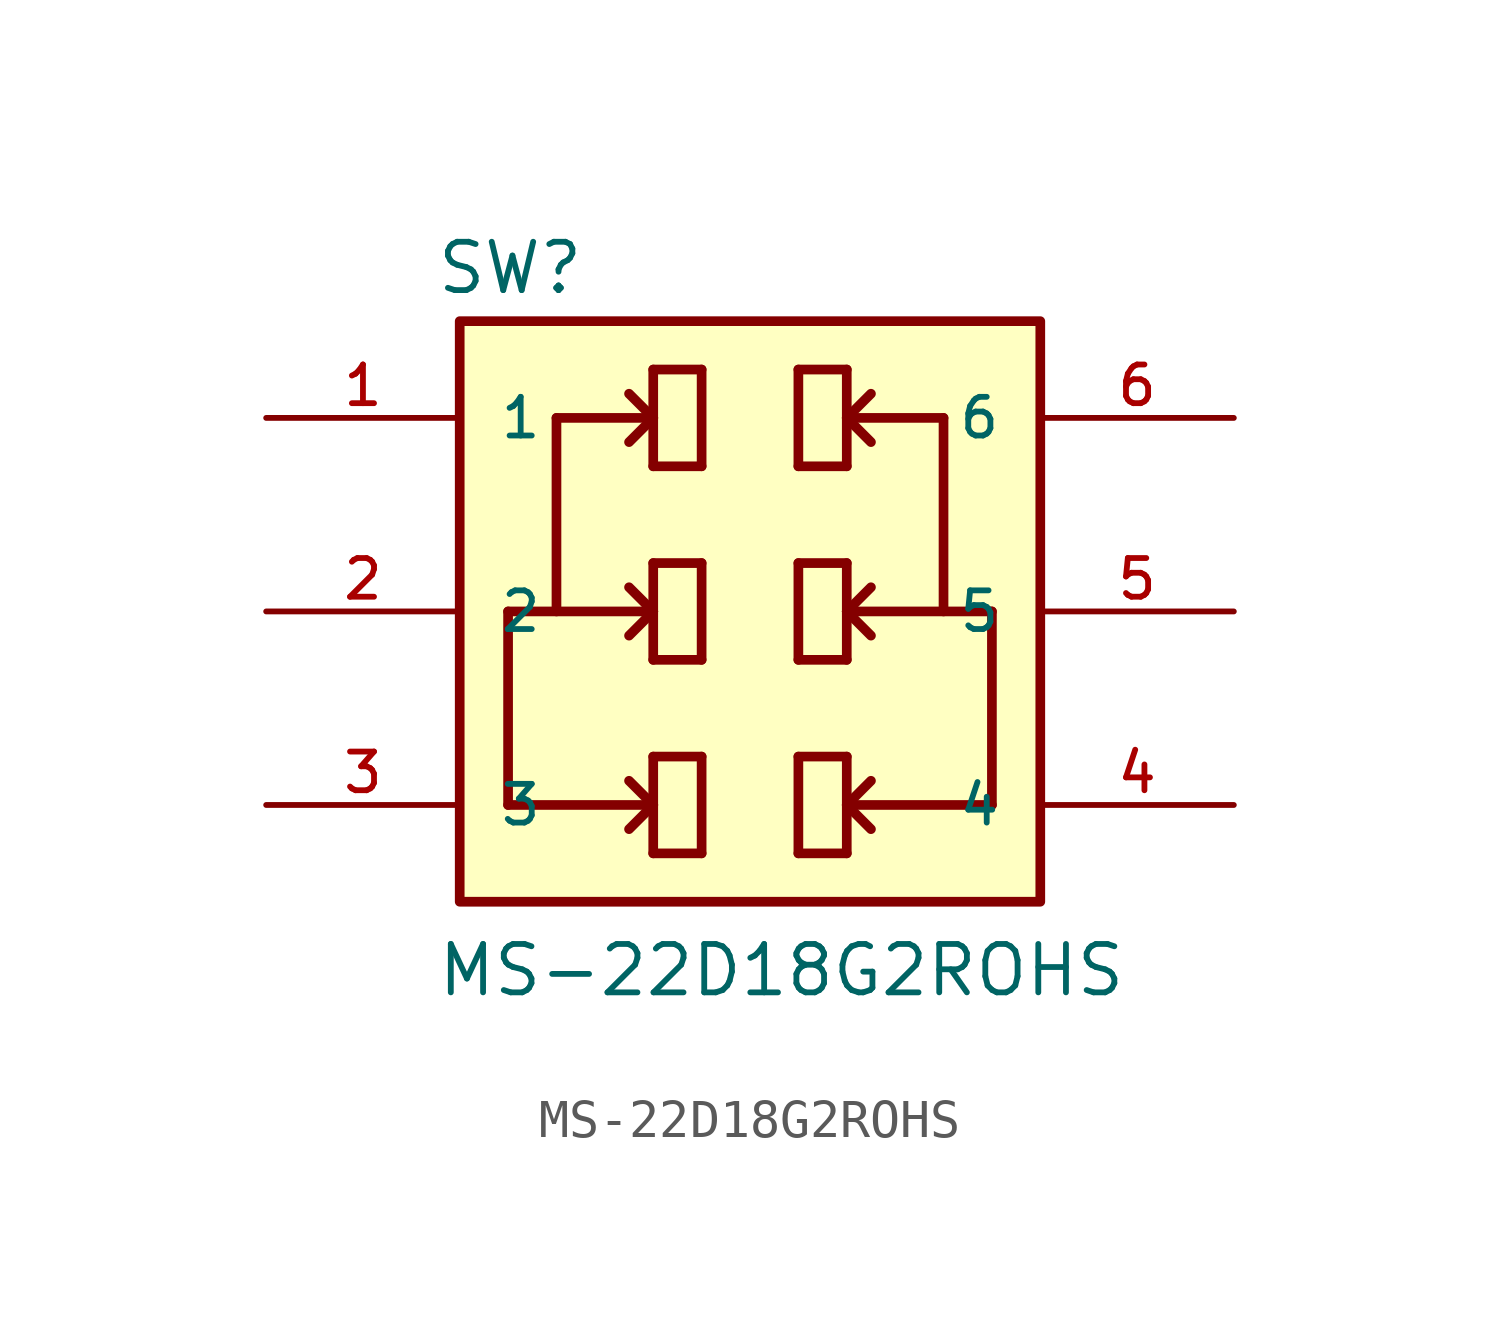
<source format=kicad_sym>
(kicad_symbol_lib
  (version 20220914)
  (generator kicad_symbol_editor)
  (symbol "MS-22D18G2ROHS"
    (pin_names
      (offset 1.016))
    (property "Reference" "SW"
      (at -8.271 8.271 0)
      (effects (font (size 1.27 1.27)) (justify left bottom)))
    (property "Value" "MS-22D18G2ROHS"
      (at -8.256 -10.162 0)
      (effects (font (size 1.27 1.27)) (justify left bottom)))
    (symbol "MS-22D18G2ROHS_0_0"
      (rectangle (start -7.62 -7.62) (end 7.62 7.62) (stroke (width 0.254) (type default)) (fill (type background)))
      (polyline (pts (xy -6.35 -5.08) (xy -2.54 -5.08)) (stroke (width 0.254) (type default)) (fill (type none)))
      (polyline (pts (xy -6.35 0) (xy -6.35 -5.08)) (stroke (width 0.254) (type default)) (fill (type none)))
      (polyline (pts (xy -5.08 5.08) (xy -5.08 0)) (stroke (width 0.254) (type default)) (fill (type none)))
      (polyline (pts (xy -2.54 -6.35) (xy -2.54 -5.08)) (stroke (width 0.254) (type default)) (fill (type none)))
      (polyline (pts (xy -2.54 -5.08) (xy -3.175 -5.715)) (stroke (width 0.254) (type default)) (fill (type none)))
      (polyline (pts (xy -2.54 -5.08) (xy -3.175 -4.445)) (stroke (width 0.254) (type default)) (fill (type none)))
      (polyline (pts (xy -2.54 -5.08) (xy -2.54 -3.81)) (stroke (width 0.254) (type default)) (fill (type none)))
      (polyline (pts (xy -2.54 -3.81) (xy -1.27 -3.81)) (stroke (width 0.254) (type default)) (fill (type none)))
      (polyline (pts (xy -2.54 -1.27) (xy -2.54 0)) (stroke (width 0.254) (type default)) (fill (type none)))
      (polyline (pts (xy -2.54 0) (xy -6.35 0)) (stroke (width 0.254) (type default)) (fill (type none)))
      (polyline (pts (xy -2.54 0) (xy -3.175 -0.635)) (stroke (width 0.254) (type default)) (fill (type none)))
      (polyline (pts (xy -2.54 0) (xy -3.175 0.635)) (stroke (width 0.254) (type default)) (fill (type none)))
      (polyline (pts (xy -2.54 0) (xy -2.54 1.27)) (stroke (width 0.254) (type default)) (fill (type none)))
      (polyline (pts (xy -2.54 1.27) (xy -1.27 1.27)) (stroke (width 0.254) (type default)) (fill (type none)))
      (polyline (pts (xy -2.54 3.81) (xy -2.54 5.08)) (stroke (width 0.254) (type default)) (fill (type none)))
      (polyline (pts (xy -2.54 5.08) (xy -5.08 5.08)) (stroke (width 0.254) (type default)) (fill (type none)))
      (polyline (pts (xy -2.54 5.08) (xy -3.175 4.445)) (stroke (width 0.254) (type default)) (fill (type none)))
      (polyline (pts (xy -2.54 5.08) (xy -3.175 5.715)) (stroke (width 0.254) (type default)) (fill (type none)))
      (polyline (pts (xy -2.54 5.08) (xy -2.54 6.35)) (stroke (width 0.254) (type default)) (fill (type none)))
      (polyline (pts (xy -2.54 6.35) (xy -1.27 6.35)) (stroke (width 0.254) (type default)) (fill (type none)))
      (polyline (pts (xy -1.27 -6.35) (xy -2.54 -6.35)) (stroke (width 0.254) (type default)) (fill (type none)))
      (polyline (pts (xy -1.27 -3.81) (xy -1.27 -6.35)) (stroke (width 0.254) (type default)) (fill (type none)))
      (polyline (pts (xy -1.27 -1.27) (xy -2.54 -1.27)) (stroke (width 0.254) (type default)) (fill (type none)))
      (polyline (pts (xy -1.27 1.27) (xy -1.27 -1.27)) (stroke (width 0.254) (type default)) (fill (type none)))
      (polyline (pts (xy -1.27 3.81) (xy -2.54 3.81)) (stroke (width 0.254) (type default)) (fill (type none)))
      (polyline (pts (xy -1.27 6.35) (xy -1.27 3.81)) (stroke (width 0.254) (type default)) (fill (type none)))
      (polyline (pts (xy 1.27 -6.35) (xy 2.54 -6.35)) (stroke (width 0.254) (type default)) (fill (type none)))
      (polyline (pts (xy 1.27 -3.81) (xy 1.27 -6.35)) (stroke (width 0.254) (type default)) (fill (type none)))
      (polyline (pts (xy 1.27 -1.27) (xy 2.54 -1.27)) (stroke (width 0.254) (type default)) (fill (type none)))
      (polyline (pts (xy 1.27 1.27) (xy 1.27 -1.27)) (stroke (width 0.254) (type default)) (fill (type none)))
      (polyline (pts (xy 1.27 3.81) (xy 2.54 3.81)) (stroke (width 0.254) (type default)) (fill (type none)))
      (polyline (pts (xy 1.27 6.35) (xy 1.27 3.81)) (stroke (width 0.254) (type default)) (fill (type none)))
      (polyline (pts (xy 2.54 -6.35) (xy 2.54 -5.08)) (stroke (width 0.254) (type default)) (fill (type none)))
      (polyline (pts (xy 2.54 -5.08) (xy 2.54 -3.81)) (stroke (width 0.254) (type default)) (fill (type none)))
      (polyline (pts (xy 2.54 -5.08) (xy 3.175 -5.715)) (stroke (width 0.254) (type default)) (fill (type none)))
      (polyline (pts (xy 2.54 -5.08) (xy 3.175 -4.445)) (stroke (width 0.254) (type default)) (fill (type none)))
      (polyline (pts (xy 2.54 -3.81) (xy 1.27 -3.81)) (stroke (width 0.254) (type default)) (fill (type none)))
      (polyline (pts (xy 2.54 -1.27) (xy 2.54 0)) (stroke (width 0.254) (type default)) (fill (type none)))
      (polyline (pts (xy 2.54 0) (xy 2.54 1.27)) (stroke (width 0.254) (type default)) (fill (type none)))
      (polyline (pts (xy 2.54 0) (xy 3.175 -0.635)) (stroke (width 0.254) (type default)) (fill (type none)))
      (polyline (pts (xy 2.54 0) (xy 3.175 0.635)) (stroke (width 0.254) (type default)) (fill (type none)))
      (polyline (pts (xy 2.54 0) (xy 6.35 0)) (stroke (width 0.254) (type default)) (fill (type none)))
      (polyline (pts (xy 2.54 1.27) (xy 1.27 1.27)) (stroke (width 0.254) (type default)) (fill (type none)))
      (polyline (pts (xy 2.54 3.81) (xy 2.54 5.08)) (stroke (width 0.254) (type default)) (fill (type none)))
      (polyline (pts (xy 2.54 5.08) (xy 2.54 6.35)) (stroke (width 0.254) (type default)) (fill (type none)))
      (polyline (pts (xy 2.54 5.08) (xy 3.175 4.445)) (stroke (width 0.254) (type default)) (fill (type none)))
      (polyline (pts (xy 2.54 5.08) (xy 3.175 5.715)) (stroke (width 0.254) (type default)) (fill (type none)))
      (polyline (pts (xy 2.54 5.08) (xy 5.08 5.08)) (stroke (width 0.254) (type default)) (fill (type none)))
      (polyline (pts (xy 2.54 6.35) (xy 1.27 6.35)) (stroke (width 0.254) (type default)) (fill (type none)))
      (polyline (pts (xy 5.08 5.08) (xy 5.08 0)) (stroke (width 0.254) (type default)) (fill (type none)))
      (polyline (pts (xy 6.35 -5.08) (xy 2.54 -5.08)) (stroke (width 0.254) (type default)) (fill (type none)))
      (polyline (pts (xy 6.35 0) (xy 6.35 -5.08)) (stroke (width 0.254) (type default)) (fill (type none)))
      (pin passive line (at -12.7 5.08 0) (length 5.08) (name "1" (effects (font (size 1.016 1.016)))) (number "1" (effects (font (size 1.016 1.016)))))
      (pin passive line (at -12.7 0 0) (length 5.08) (name "2" (effects (font (size 1.016 1.016)))) (number "2" (effects (font (size 1.016 1.016)))))
      (pin passive line (at -12.7 -5.08 0) (length 5.08) (name "3" (effects (font (size 1.016 1.016)))) (number "3" (effects (font (size 1.016 1.016)))))
      (pin passive line (at 12.7 -5.08 180) (length 5.08) (name "4" (effects (font (size 1.016 1.016)))) (number "4" (effects (font (size 1.016 1.016)))))
      (pin passive line (at 12.7 0 180) (length 5.08) (name "5" (effects (font (size 1.016 1.016)))) (number "5" (effects (font (size 1.016 1.016)))))
      (pin passive line (at 12.7 5.08 180) (length 5.08) (name "6" (effects (font (size 1.016 1.016)))) (number "6" (effects (font (size 1.016 1.016))))))))
</source>
